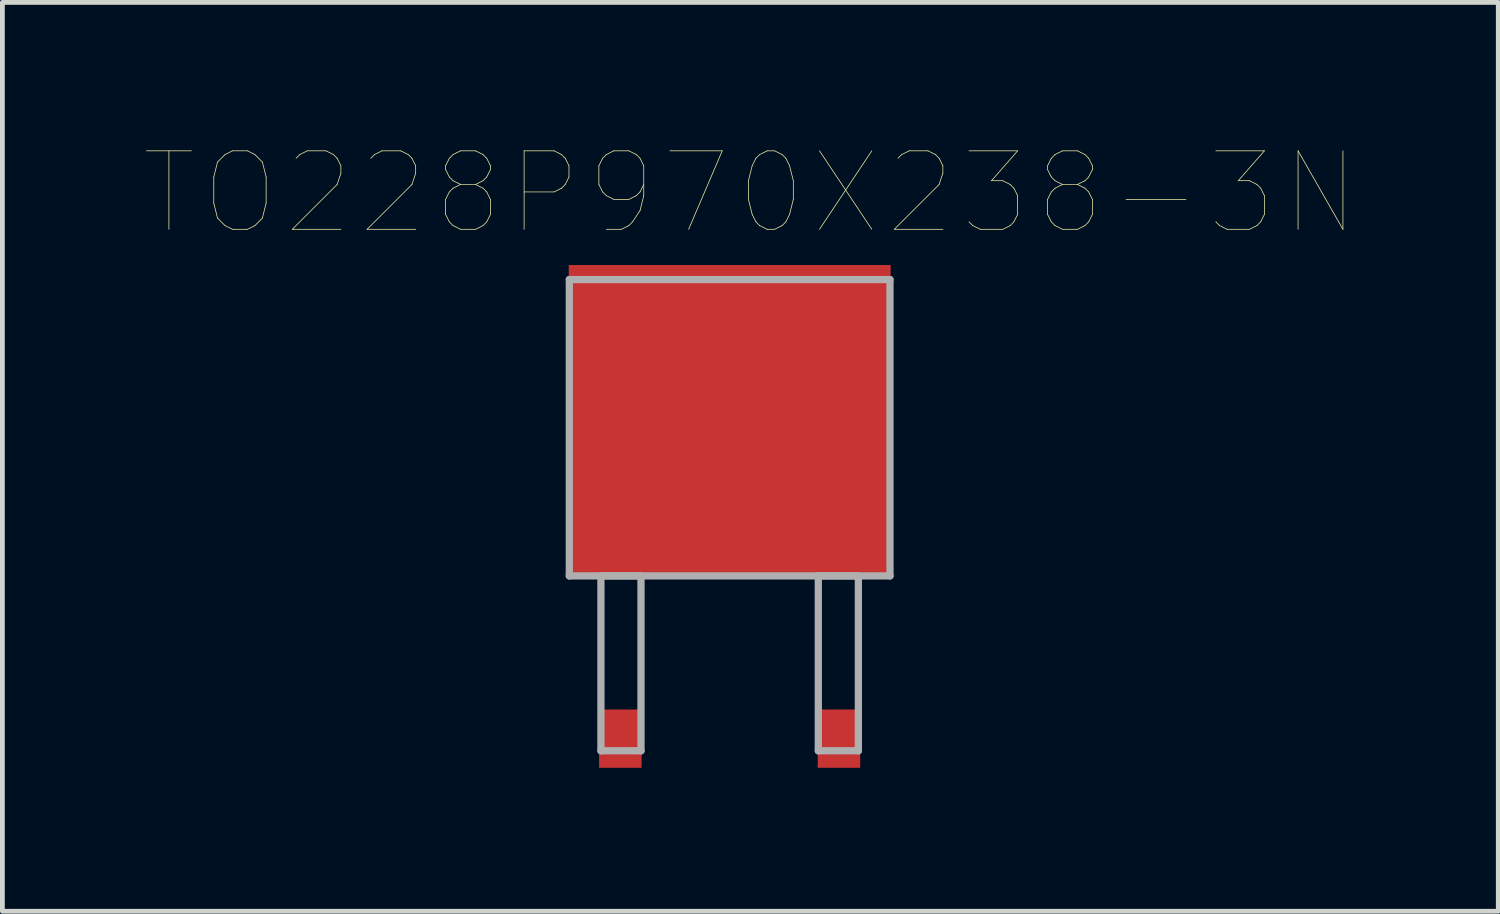
<source format=kicad_pcb>
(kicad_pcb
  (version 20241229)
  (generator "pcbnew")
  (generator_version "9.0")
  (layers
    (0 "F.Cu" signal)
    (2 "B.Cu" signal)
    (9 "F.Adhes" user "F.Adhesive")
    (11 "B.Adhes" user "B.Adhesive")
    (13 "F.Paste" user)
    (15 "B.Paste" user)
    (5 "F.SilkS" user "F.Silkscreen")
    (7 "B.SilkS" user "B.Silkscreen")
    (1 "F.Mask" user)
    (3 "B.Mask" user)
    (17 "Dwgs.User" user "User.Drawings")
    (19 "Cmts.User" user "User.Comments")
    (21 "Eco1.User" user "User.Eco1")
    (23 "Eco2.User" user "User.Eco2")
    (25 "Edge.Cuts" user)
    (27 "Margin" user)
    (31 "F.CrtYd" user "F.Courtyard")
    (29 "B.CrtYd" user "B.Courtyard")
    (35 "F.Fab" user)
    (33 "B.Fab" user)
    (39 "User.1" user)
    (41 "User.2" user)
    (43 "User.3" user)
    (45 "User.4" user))
  (footprint "TO228P970X238-3N"
    (layer "F.Cu")
    (at 12.209 5.895)
    (property "Reference" "TO228P970X238-3N" (at 0.432 -4.908 0) (layer "F.SilkS") (effects (font (size 1.642 1.642) (thickness 0.015))))
    (attr through_hole)
    (fp_line (start -3.353 -3.099) (end -3.353 3.099) (stroke (width 0.152) (type solid)) (layer "F.Fab"))
    (fp_line (start -3.353 3.099) (end 3.353 3.099) (stroke (width 0.152) (type solid)) (layer "F.Fab"))
    (fp_line (start -2.692 3.099) (end -2.692 6.756) (stroke (width 0.152) (type solid)) (layer "F.Fab"))
    (fp_line (start -2.692 6.756) (end -1.854 6.756) (stroke (width 0.152) (type solid)) (layer "F.Fab"))
    (fp_line (start -1.854 3.099) (end -2.692 3.099) (stroke (width 0.152) (type solid)) (layer "F.Fab"))
    (fp_line (start -1.854 6.756) (end -1.854 3.099) (stroke (width 0.152) (type solid)) (layer "F.Fab"))
    (fp_line (start 1.854 3.099) (end 1.854 6.756) (stroke (width 0.152) (type solid)) (layer "F.Fab"))
    (fp_line (start 1.854 6.756) (end 2.692 6.756) (stroke (width 0.152) (type solid)) (layer "F.Fab"))
    (fp_line (start 2.692 3.099) (end 1.854 3.099) (stroke (width 0.152) (type solid)) (layer "F.Fab"))
    (fp_line (start 2.692 6.756) (end 2.692 3.099) (stroke (width 0.152) (type solid)) (layer "F.Fab"))
    (fp_line (start 3.353 -3.099) (end -3.353 -3.099) (stroke (width 0.152) (type solid)) (layer "F.Fab"))
    (fp_line (start 3.353 3.099) (end 3.353 -3.099) (stroke (width 0.152) (type solid)) (layer "F.Fab"))
    (pad "1" smd rect (at -2.286 6.502) (size 0.889 1.219) (layers "F.Cu" "F.Mask" "F.Paste"))
    (pad "2" smd rect (at 0 -0.152) (size 6.731 6.502) (layers "F.Cu" "F.Mask" "F.Paste"))
    (pad "3" smd rect (at 2.286 6.502) (size 0.889 1.219) (layers "F.Cu" "F.Mask" "F.Paste")))
  (gr_rect
    (start -3 -3)
    (end 28.283 16.007)
    (stroke (width 0.1) (type default))
    (fill no)
    (layer "Edge.Cuts")))
</source>
